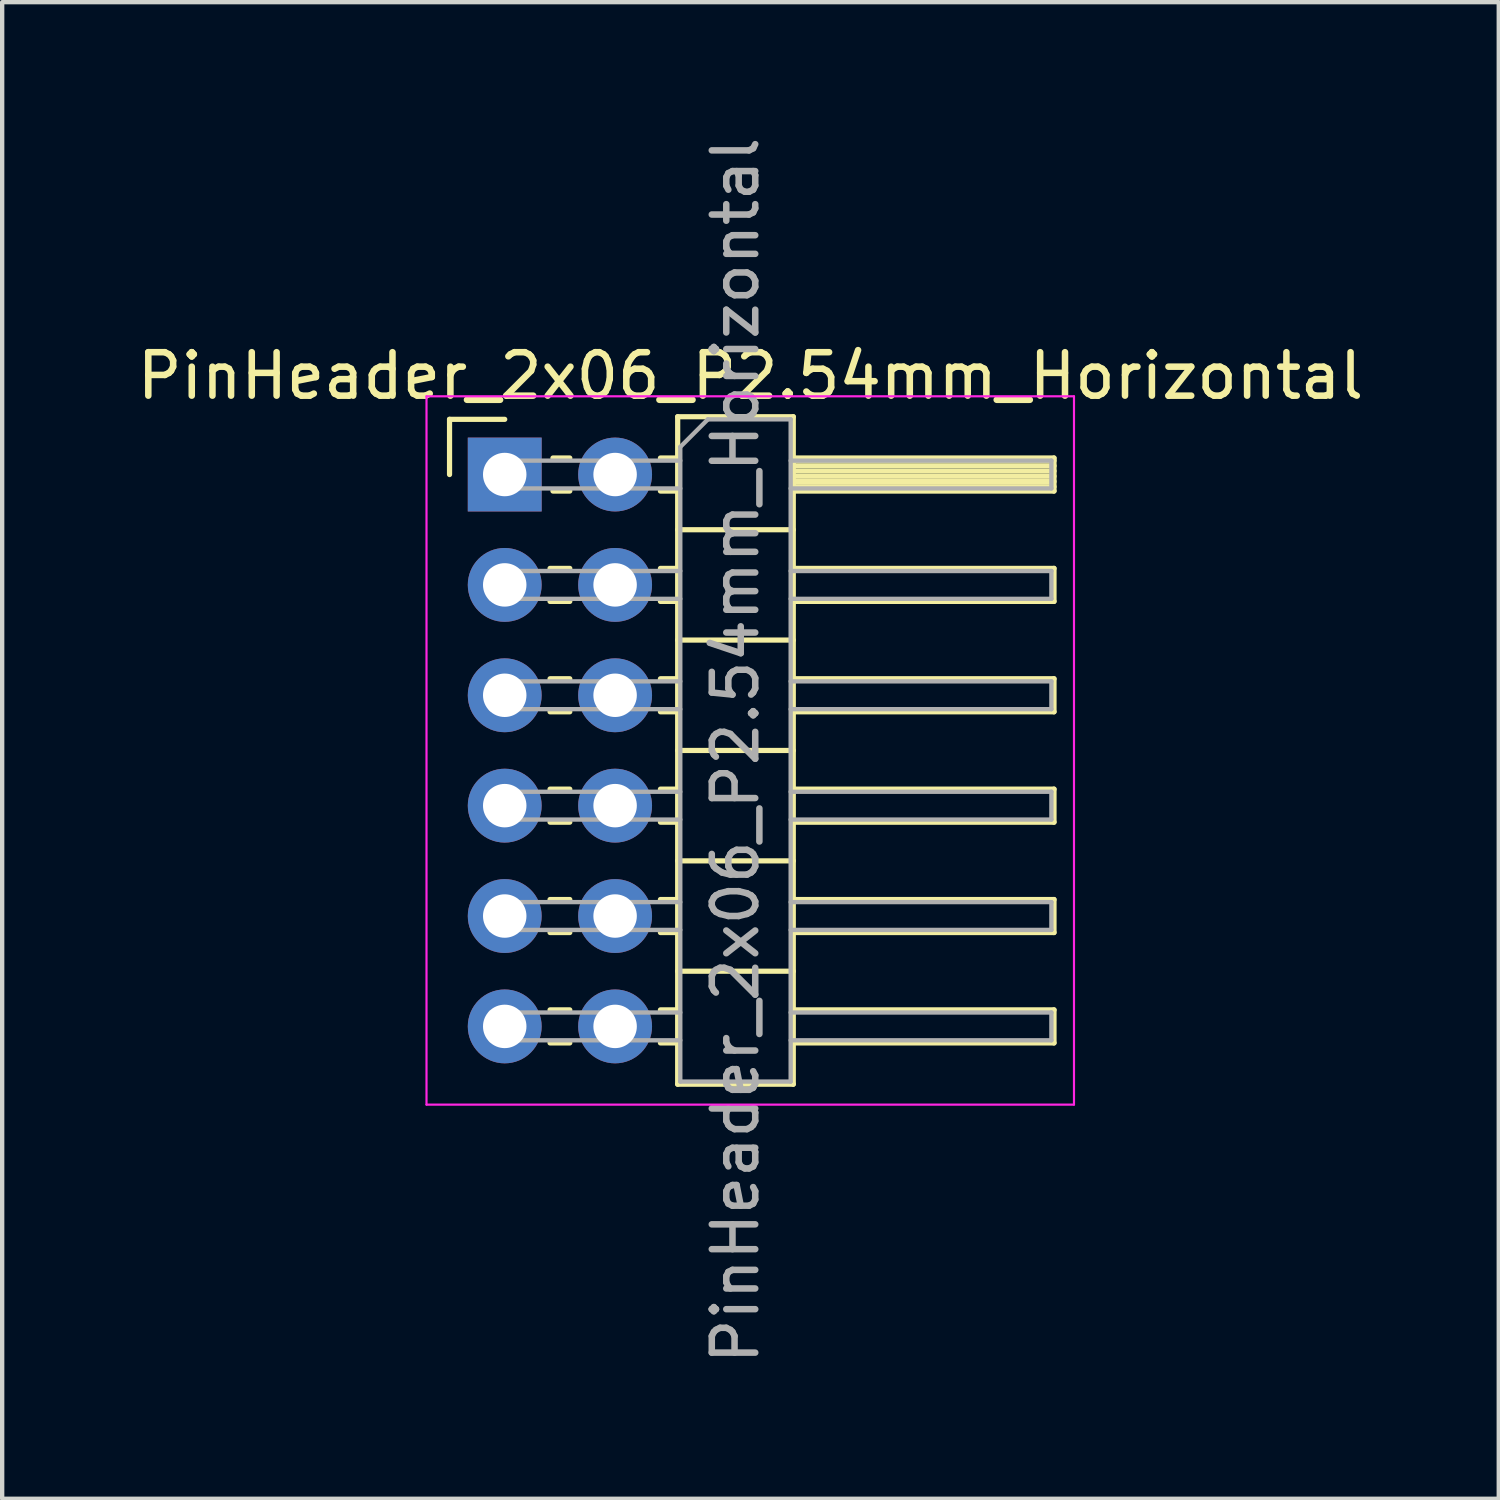
<source format=kicad_pcb>
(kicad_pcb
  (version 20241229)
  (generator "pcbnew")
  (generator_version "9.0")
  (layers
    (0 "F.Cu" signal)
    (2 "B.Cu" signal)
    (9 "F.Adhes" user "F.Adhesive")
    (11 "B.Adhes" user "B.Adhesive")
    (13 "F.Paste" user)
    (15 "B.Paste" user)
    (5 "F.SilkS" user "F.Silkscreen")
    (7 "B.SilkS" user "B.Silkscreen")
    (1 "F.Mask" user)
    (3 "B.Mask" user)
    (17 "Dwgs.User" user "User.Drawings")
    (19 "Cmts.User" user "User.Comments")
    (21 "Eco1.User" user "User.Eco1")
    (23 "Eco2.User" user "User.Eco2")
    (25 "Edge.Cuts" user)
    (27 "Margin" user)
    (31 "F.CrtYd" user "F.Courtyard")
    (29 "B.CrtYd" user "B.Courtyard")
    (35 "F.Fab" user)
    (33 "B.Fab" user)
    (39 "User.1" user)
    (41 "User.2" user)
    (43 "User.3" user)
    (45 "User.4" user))
  (footprint "PinHeader_2x06_P2.54mm_Horizontal"
    (layer "F.Cu")
    (at 8.565 7.87)
    (property "Reference" "PinHeader_2x06_P2.54mm_Horizontal" (at 5.655 -2.27 0) (layer "F.SilkS") (effects (font (size 1 1) (thickness 0.15))))
    (attr through_hole)
    (fp_line (start -1.27 -1.27) (end 0 -1.27) (stroke (width 0.12) (type solid)) (layer "F.SilkS"))
    (fp_line (start -1.27 0) (end -1.27 -1.27) (stroke (width 0.12) (type solid)) (layer "F.SilkS"))
    (fp_line (start 1.043 2.16) (end 1.497 2.16) (stroke (width 0.12) (type solid)) (layer "F.SilkS"))
    (fp_line (start 1.043 2.92) (end 1.497 2.92) (stroke (width 0.12) (type solid)) (layer "F.SilkS"))
    (fp_line (start 1.043 4.7) (end 1.497 4.7) (stroke (width 0.12) (type solid)) (layer "F.SilkS"))
    (fp_line (start 1.043 5.46) (end 1.497 5.46) (stroke (width 0.12) (type solid)) (layer "F.SilkS"))
    (fp_line (start 1.043 7.24) (end 1.497 7.24) (stroke (width 0.12) (type solid)) (layer "F.SilkS"))
    (fp_line (start 1.043 8) (end 1.497 8) (stroke (width 0.12) (type solid)) (layer "F.SilkS"))
    (fp_line (start 1.043 9.78) (end 1.497 9.78) (stroke (width 0.12) (type solid)) (layer "F.SilkS"))
    (fp_line (start 1.043 10.54) (end 1.497 10.54) (stroke (width 0.12) (type solid)) (layer "F.SilkS"))
    (fp_line (start 1.043 12.32) (end 1.497 12.32) (stroke (width 0.12) (type solid)) (layer "F.SilkS"))
    (fp_line (start 1.043 13.08) (end 1.497 13.08) (stroke (width 0.12) (type solid)) (layer "F.SilkS"))
    (fp_line (start 1.11 -0.38) (end 1.497 -0.38) (stroke (width 0.12) (type solid)) (layer "F.SilkS"))
    (fp_line (start 1.11 0.38) (end 1.497 0.38) (stroke (width 0.12) (type solid)) (layer "F.SilkS"))
    (fp_line (start 3.583 -0.38) (end 3.98 -0.38) (stroke (width 0.12) (type solid)) (layer "F.SilkS"))
    (fp_line (start 3.583 0.38) (end 3.98 0.38) (stroke (width 0.12) (type solid)) (layer "F.SilkS"))
    (fp_line (start 3.583 2.16) (end 3.98 2.16) (stroke (width 0.12) (type solid)) (layer "F.SilkS"))
    (fp_line (start 3.583 2.92) (end 3.98 2.92) (stroke (width 0.12) (type solid)) (layer "F.SilkS"))
    (fp_line (start 3.583 4.7) (end 3.98 4.7) (stroke (width 0.12) (type solid)) (layer "F.SilkS"))
    (fp_line (start 3.583 5.46) (end 3.98 5.46) (stroke (width 0.12) (type solid)) (layer "F.SilkS"))
    (fp_line (start 3.583 7.24) (end 3.98 7.24) (stroke (width 0.12) (type solid)) (layer "F.SilkS"))
    (fp_line (start 3.583 8) (end 3.98 8) (stroke (width 0.12) (type solid)) (layer "F.SilkS"))
    (fp_line (start 3.583 9.78) (end 3.98 9.78) (stroke (width 0.12) (type solid)) (layer "F.SilkS"))
    (fp_line (start 3.583 10.54) (end 3.98 10.54) (stroke (width 0.12) (type solid)) (layer "F.SilkS"))
    (fp_line (start 3.583 12.32) (end 3.98 12.32) (stroke (width 0.12) (type solid)) (layer "F.SilkS"))
    (fp_line (start 3.583 13.08) (end 3.98 13.08) (stroke (width 0.12) (type solid)) (layer "F.SilkS"))
    (fp_line (start 3.98 -1.33) (end 3.98 14.03) (stroke (width 0.12) (type solid)) (layer "F.SilkS"))
    (fp_line (start 3.98 1.27) (end 6.64 1.27) (stroke (width 0.12) (type solid)) (layer "F.SilkS"))
    (fp_line (start 3.98 3.81) (end 6.64 3.81) (stroke (width 0.12) (type solid)) (layer "F.SilkS"))
    (fp_line (start 3.98 6.35) (end 6.64 6.35) (stroke (width 0.12) (type solid)) (layer "F.SilkS"))
    (fp_line (start 3.98 8.89) (end 6.64 8.89) (stroke (width 0.12) (type solid)) (layer "F.SilkS"))
    (fp_line (start 3.98 11.43) (end 6.64 11.43) (stroke (width 0.12) (type solid)) (layer "F.SilkS"))
    (fp_line (start 3.98 14.03) (end 6.64 14.03) (stroke (width 0.12) (type solid)) (layer "F.SilkS"))
    (fp_line (start 6.64 -1.33) (end 3.98 -1.33) (stroke (width 0.12) (type solid)) (layer "F.SilkS"))
    (fp_line (start 6.64 -0.38) (end 12.64 -0.38) (stroke (width 0.12) (type solid)) (layer "F.SilkS"))
    (fp_line (start 6.64 -0.32) (end 12.64 -0.32) (stroke (width 0.12) (type solid)) (layer "F.SilkS"))
    (fp_line (start 6.64 -0.2) (end 12.64 -0.2) (stroke (width 0.12) (type solid)) (layer "F.SilkS"))
    (fp_line (start 6.64 -0.08) (end 12.64 -0.08) (stroke (width 0.12) (type solid)) (layer "F.SilkS"))
    (fp_line (start 6.64 0.04) (end 12.64 0.04) (stroke (width 0.12) (type solid)) (layer "F.SilkS"))
    (fp_line (start 6.64 0.16) (end 12.64 0.16) (stroke (width 0.12) (type solid)) (layer "F.SilkS"))
    (fp_line (start 6.64 0.28) (end 12.64 0.28) (stroke (width 0.12) (type solid)) (layer "F.SilkS"))
    (fp_line (start 6.64 2.16) (end 12.64 2.16) (stroke (width 0.12) (type solid)) (layer "F.SilkS"))
    (fp_line (start 6.64 4.7) (end 12.64 4.7) (stroke (width 0.12) (type solid)) (layer "F.SilkS"))
    (fp_line (start 6.64 7.24) (end 12.64 7.24) (stroke (width 0.12) (type solid)) (layer "F.SilkS"))
    (fp_line (start 6.64 9.78) (end 12.64 9.78) (stroke (width 0.12) (type solid)) (layer "F.SilkS"))
    (fp_line (start 6.64 12.32) (end 12.64 12.32) (stroke (width 0.12) (type solid)) (layer "F.SilkS"))
    (fp_line (start 6.64 14.03) (end 6.64 -1.33) (stroke (width 0.12) (type solid)) (layer "F.SilkS"))
    (fp_line (start 12.64 -0.38) (end 12.64 0.38) (stroke (width 0.12) (type solid)) (layer "F.SilkS"))
    (fp_line (start 12.64 0.38) (end 6.64 0.38) (stroke (width 0.12) (type solid)) (layer "F.SilkS"))
    (fp_line (start 12.64 2.16) (end 12.64 2.92) (stroke (width 0.12) (type solid)) (layer "F.SilkS"))
    (fp_line (start 12.64 2.92) (end 6.64 2.92) (stroke (width 0.12) (type solid)) (layer "F.SilkS"))
    (fp_line (start 12.64 4.7) (end 12.64 5.46) (stroke (width 0.12) (type solid)) (layer "F.SilkS"))
    (fp_line (start 12.64 5.46) (end 6.64 5.46) (stroke (width 0.12) (type solid)) (layer "F.SilkS"))
    (fp_line (start 12.64 7.24) (end 12.64 8) (stroke (width 0.12) (type solid)) (layer "F.SilkS"))
    (fp_line (start 12.64 8) (end 6.64 8) (stroke (width 0.12) (type solid)) (layer "F.SilkS"))
    (fp_line (start 12.64 9.78) (end 12.64 10.54) (stroke (width 0.12) (type solid)) (layer "F.SilkS"))
    (fp_line (start 12.64 10.54) (end 6.64 10.54) (stroke (width 0.12) (type solid)) (layer "F.SilkS"))
    (fp_line (start 12.64 12.32) (end 12.64 13.08) (stroke (width 0.12) (type solid)) (layer "F.SilkS"))
    (fp_line (start 12.64 13.08) (end 6.64 13.08) (stroke (width 0.12) (type solid)) (layer "F.SilkS"))
    (fp_line (start -1.8 -1.8) (end -1.8 14.5) (stroke (width 0.05) (type solid)) (layer "F.CrtYd"))
    (fp_line (start -1.8 14.5) (end 13.1 14.5) (stroke (width 0.05) (type solid)) (layer "F.CrtYd"))
    (fp_line (start 13.1 -1.8) (end -1.8 -1.8) (stroke (width 0.05) (type solid)) (layer "F.CrtYd"))
    (fp_line (start 13.1 14.5) (end 13.1 -1.8) (stroke (width 0.05) (type solid)) (layer "F.CrtYd"))
    (fp_line (start -0.32 -0.32) (end -0.32 0.32) (stroke (width 0.1) (type solid)) (layer "F.Fab"))
    (fp_line (start -0.32 -0.32) (end 4.04 -0.32) (stroke (width 0.1) (type solid)) (layer "F.Fab"))
    (fp_line (start -0.32 0.32) (end 4.04 0.32) (stroke (width 0.1) (type solid)) (layer "F.Fab"))
    (fp_line (start -0.32 2.22) (end -0.32 2.86) (stroke (width 0.1) (type solid)) (layer "F.Fab"))
    (fp_line (start -0.32 2.22) (end 4.04 2.22) (stroke (width 0.1) (type solid)) (layer "F.Fab"))
    (fp_line (start -0.32 2.86) (end 4.04 2.86) (stroke (width 0.1) (type solid)) (layer "F.Fab"))
    (fp_line (start -0.32 4.76) (end -0.32 5.4) (stroke (width 0.1) (type solid)) (layer "F.Fab"))
    (fp_line (start -0.32 4.76) (end 4.04 4.76) (stroke (width 0.1) (type solid)) (layer "F.Fab"))
    (fp_line (start -0.32 5.4) (end 4.04 5.4) (stroke (width 0.1) (type solid)) (layer "F.Fab"))
    (fp_line (start -0.32 7.3) (end -0.32 7.94) (stroke (width 0.1) (type solid)) (layer "F.Fab"))
    (fp_line (start -0.32 7.3) (end 4.04 7.3) (stroke (width 0.1) (type solid)) (layer "F.Fab"))
    (fp_line (start -0.32 7.94) (end 4.04 7.94) (stroke (width 0.1) (type solid)) (layer "F.Fab"))
    (fp_line (start -0.32 9.84) (end -0.32 10.48) (stroke (width 0.1) (type solid)) (layer "F.Fab"))
    (fp_line (start -0.32 9.84) (end 4.04 9.84) (stroke (width 0.1) (type solid)) (layer "F.Fab"))
    (fp_line (start -0.32 10.48) (end 4.04 10.48) (stroke (width 0.1) (type solid)) (layer "F.Fab"))
    (fp_line (start -0.32 12.38) (end -0.32 13.02) (stroke (width 0.1) (type solid)) (layer "F.Fab"))
    (fp_line (start -0.32 12.38) (end 4.04 12.38) (stroke (width 0.1) (type solid)) (layer "F.Fab"))
    (fp_line (start -0.32 13.02) (end 4.04 13.02) (stroke (width 0.1) (type solid)) (layer "F.Fab"))
    (fp_line (start 4.04 -0.635) (end 4.675 -1.27) (stroke (width 0.1) (type solid)) (layer "F.Fab"))
    (fp_line (start 4.04 13.97) (end 4.04 -0.635) (stroke (width 0.1) (type solid)) (layer "F.Fab"))
    (fp_line (start 4.675 -1.27) (end 6.58 -1.27) (stroke (width 0.1) (type solid)) (layer "F.Fab"))
    (fp_line (start 6.58 -1.27) (end 6.58 13.97) (stroke (width 0.1) (type solid)) (layer "F.Fab"))
    (fp_line (start 6.58 -0.32) (end 12.58 -0.32) (stroke (width 0.1) (type solid)) (layer "F.Fab"))
    (fp_line (start 6.58 0.32) (end 12.58 0.32) (stroke (width 0.1) (type solid)) (layer "F.Fab"))
    (fp_line (start 6.58 2.22) (end 12.58 2.22) (stroke (width 0.1) (type solid)) (layer "F.Fab"))
    (fp_line (start 6.58 2.86) (end 12.58 2.86) (stroke (width 0.1) (type solid)) (layer "F.Fab"))
    (fp_line (start 6.58 4.76) (end 12.58 4.76) (stroke (width 0.1) (type solid)) (layer "F.Fab"))
    (fp_line (start 6.58 5.4) (end 12.58 5.4) (stroke (width 0.1) (type solid)) (layer "F.Fab"))
    (fp_line (start 6.58 7.3) (end 12.58 7.3) (stroke (width 0.1) (type solid)) (layer "F.Fab"))
    (fp_line (start 6.58 7.94) (end 12.58 7.94) (stroke (width 0.1) (type solid)) (layer "F.Fab"))
    (fp_line (start 6.58 9.84) (end 12.58 9.84) (stroke (width 0.1) (type solid)) (layer "F.Fab"))
    (fp_line (start 6.58 10.48) (end 12.58 10.48) (stroke (width 0.1) (type solid)) (layer "F.Fab"))
    (fp_line (start 6.58 12.38) (end 12.58 12.38) (stroke (width 0.1) (type solid)) (layer "F.Fab"))
    (fp_line (start 6.58 13.02) (end 12.58 13.02) (stroke (width 0.1) (type solid)) (layer "F.Fab"))
    (fp_line (start 6.58 13.97) (end 4.04 13.97) (stroke (width 0.1) (type solid)) (layer "F.Fab"))
    (fp_line (start 12.58 -0.32) (end 12.58 0.32) (stroke (width 0.1) (type solid)) (layer "F.Fab"))
    (fp_line (start 12.58 2.22) (end 12.58 2.86) (stroke (width 0.1) (type solid)) (layer "F.Fab"))
    (fp_line (start 12.58 4.76) (end 12.58 5.4) (stroke (width 0.1) (type solid)) (layer "F.Fab"))
    (fp_line (start 12.58 7.3) (end 12.58 7.94) (stroke (width 0.1) (type solid)) (layer "F.Fab"))
    (fp_line (start 12.58 9.84) (end 12.58 10.48) (stroke (width 0.1) (type solid)) (layer "F.Fab"))
    (fp_line (start 12.58 12.38) (end 12.58 13.02) (stroke (width 0.1) (type solid)) (layer "F.Fab"))
    (fp_text user "${REFERENCE}" (at 5.31 6.35 90) (layer "F.Fab") (effects (font (size 1 1) (thickness 0.15))))
    (pad "1" thru_hole rect (at 0 0) (size 1.7 1.7) (drill 1) (layers "*.Cu" "*.Mask"))
    (pad "2" thru_hole oval (at 2.54 0) (size 1.7 1.7) (drill 1) (layers "*.Cu" "*.Mask"))
    (pad "3" thru_hole oval (at 0 2.54) (size 1.7 1.7) (drill 1) (layers "*.Cu" "*.Mask"))
    (pad "4" thru_hole oval (at 2.54 2.54) (size 1.7 1.7) (drill 1) (layers "*.Cu" "*.Mask"))
    (pad "5" thru_hole oval (at 0 5.08) (size 1.7 1.7) (drill 1) (layers "*.Cu" "*.Mask"))
    (pad "6" thru_hole oval (at 2.54 5.08) (size 1.7 1.7) (drill 1) (layers "*.Cu" "*.Mask"))
    (pad "7" thru_hole oval (at 0 7.62) (size 1.7 1.7) (drill 1) (layers "*.Cu" "*.Mask"))
    (pad "8" thru_hole oval (at 2.54 7.62) (size 1.7 1.7) (drill 1) (layers "*.Cu" "*.Mask"))
    (pad "9" thru_hole oval (at 0 10.16) (size 1.7 1.7) (drill 1) (layers "*.Cu" "*.Mask"))
    (pad "10" thru_hole oval (at 2.54 10.16) (size 1.7 1.7) (drill 1) (layers "*.Cu" "*.Mask"))
    (pad "11" thru_hole oval (at 0 12.7) (size 1.7 1.7) (drill 1) (layers "*.Cu" "*.Mask"))
    (pad "12" thru_hole oval (at 2.54 12.7) (size 1.7 1.7) (drill 1) (layers "*.Cu" "*.Mask")))
  (gr_rect
    (start -3 -3)
    (end 31.44 31.44)
    (stroke (width 0.1) (type default))
    (fill no)
    (layer "Edge.Cuts")))
</source>
